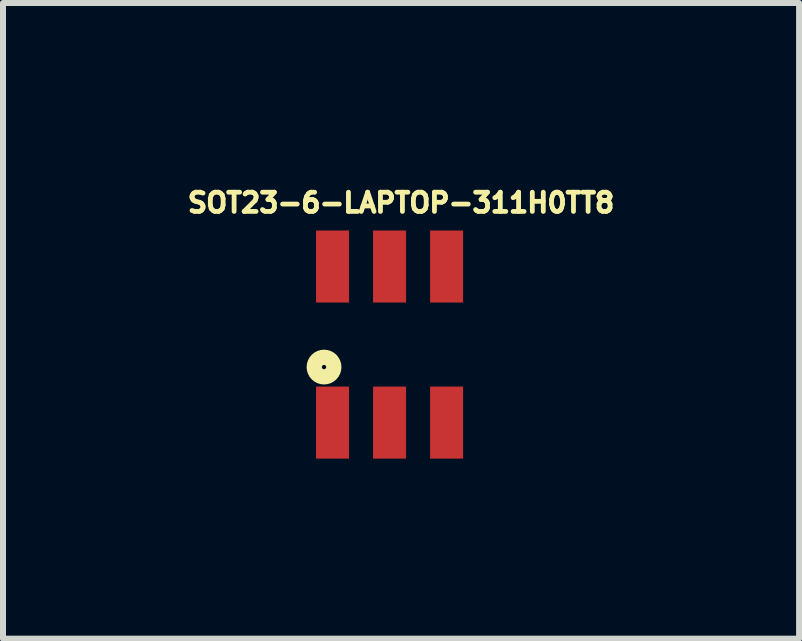
<source format=kicad_pcb>
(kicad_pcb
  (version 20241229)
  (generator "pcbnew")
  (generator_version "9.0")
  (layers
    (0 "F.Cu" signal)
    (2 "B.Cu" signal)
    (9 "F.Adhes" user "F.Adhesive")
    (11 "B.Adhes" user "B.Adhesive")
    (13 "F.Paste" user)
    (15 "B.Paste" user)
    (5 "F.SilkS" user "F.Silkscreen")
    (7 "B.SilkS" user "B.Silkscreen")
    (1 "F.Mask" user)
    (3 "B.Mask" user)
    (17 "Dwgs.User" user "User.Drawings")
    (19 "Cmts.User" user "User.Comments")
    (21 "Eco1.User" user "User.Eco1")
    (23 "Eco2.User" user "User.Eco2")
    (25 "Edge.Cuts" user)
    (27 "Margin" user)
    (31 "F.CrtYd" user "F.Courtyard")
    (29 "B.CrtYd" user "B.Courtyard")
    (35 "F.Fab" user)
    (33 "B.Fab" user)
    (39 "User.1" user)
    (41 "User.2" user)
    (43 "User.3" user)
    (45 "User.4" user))
  (footprint "SOT23-6-LAPTOP-311H0TT8"
    (layer "F.Cu")
    (at 3.44 2.69)
    (property "Reference" "SOT23-6-LAPTOP-311H0TT8" (at 0.191 -2.362 0) (layer "F.SilkS") (effects (font (size 0.32 0.32) (thickness 0.15))))
    (attr smd)
    (fp_circle (center -1.092 0.375) (end -1.056 0.375) (stroke (width 0.254) (type solid)) (fill no) (layer "F.SilkS"))
    (pad "1" smd rect (at -0.95 1.3) (size 0.55 1.2) (layers "F.Cu" "F.Mask" "F.Paste"))
    (pad "2" smd rect (at 0 1.3) (size 0.55 1.2) (layers "F.Cu" "F.Mask" "F.Paste"))
    (pad "3" smd rect (at 0.95 1.3) (size 0.55 1.2) (layers "F.Cu" "F.Mask" "F.Paste"))
    (pad "4" smd rect (at 0.95 -1.3) (size 0.55 1.2) (layers "F.Cu" "F.Mask" "F.Paste"))
    (pad "5" smd rect (at 0 -1.3) (size 0.55 1.2) (layers "F.Cu" "F.Mask" "F.Paste"))
    (pad "6" smd rect (at -0.95 -1.3) (size 0.55 1.2) (layers "F.Cu" "F.Mask" "F.Paste")))
  (gr_rect
    (start -3 -3)
    (end 10.262 7.59)
    (stroke (width 0.1) (type default))
    (fill no)
    (layer "Edge.Cuts")))
</source>
